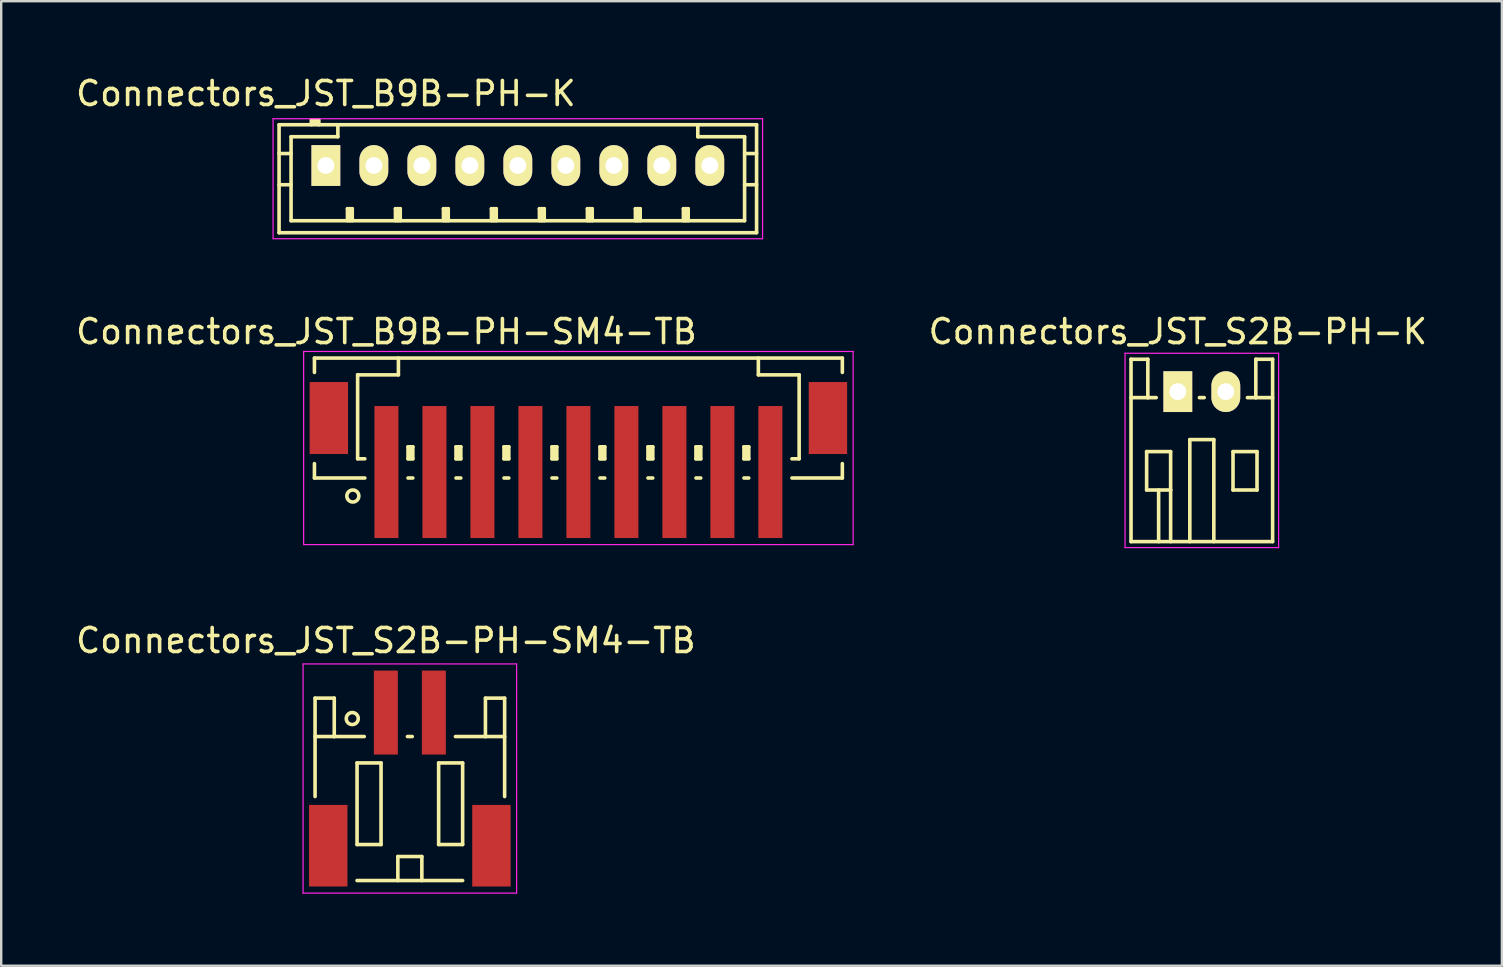
<source format=kicad_pcb>
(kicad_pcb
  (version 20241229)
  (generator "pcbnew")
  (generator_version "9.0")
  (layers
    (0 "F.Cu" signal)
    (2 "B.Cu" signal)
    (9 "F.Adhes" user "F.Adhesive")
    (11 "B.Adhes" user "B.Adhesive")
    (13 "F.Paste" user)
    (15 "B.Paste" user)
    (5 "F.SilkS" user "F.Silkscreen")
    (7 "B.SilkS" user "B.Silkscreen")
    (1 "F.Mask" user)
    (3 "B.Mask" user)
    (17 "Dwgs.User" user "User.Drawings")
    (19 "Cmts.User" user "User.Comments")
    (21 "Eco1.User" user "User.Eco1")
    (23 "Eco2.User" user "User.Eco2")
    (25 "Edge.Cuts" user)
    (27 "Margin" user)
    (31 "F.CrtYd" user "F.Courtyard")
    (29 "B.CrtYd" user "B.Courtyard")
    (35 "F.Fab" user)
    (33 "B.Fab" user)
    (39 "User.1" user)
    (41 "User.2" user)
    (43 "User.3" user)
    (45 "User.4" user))
  (footprint "Connectors_JST_B9B-PH-K"
    (layer "F.Cu")
    (at 10.53 3.848)
    (property "Reference" "Connectors_JST_B9B-PH-K" (at 0 -3 0) (layer "F.SilkS") (effects (font (size 1 1) (thickness 0.15))))
    (attr through_hole)
    (fp_line (start -1.95 -1.7) (end 17.95 -1.7) (stroke (width 0.15) (type solid)) (layer "F.SilkS"))
    (fp_line (start -1.95 -0.5) (end -1.45 -0.5) (stroke (width 0.15) (type solid)) (layer "F.SilkS"))
    (fp_line (start -1.95 0.8) (end -1.45 0.8) (stroke (width 0.15) (type solid)) (layer "F.SilkS"))
    (fp_line (start -1.95 2.8) (end -1.95 -1.7) (stroke (width 0.15) (type solid)) (layer "F.SilkS"))
    (fp_line (start -1.45 -1.2) (end -1.45 2.3) (stroke (width 0.15) (type solid)) (layer "F.SilkS"))
    (fp_line (start -1.45 2.3) (end 17.45 2.3) (stroke (width 0.15) (type solid)) (layer "F.SilkS"))
    (fp_line (start -0.6 -1.9) (end -0.6 -1.7) (stroke (width 0.15) (type solid)) (layer "F.SilkS"))
    (fp_line (start -0.3 -1.9) (end -0.6 -1.9) (stroke (width 0.15) (type solid)) (layer "F.SilkS"))
    (fp_line (start -0.3 -1.8) (end -0.6 -1.8) (stroke (width 0.15) (type solid)) (layer "F.SilkS"))
    (fp_line (start -0.3 -1.7) (end -0.3 -1.9) (stroke (width 0.15) (type solid)) (layer "F.SilkS"))
    (fp_line (start 0.5 -1.7) (end 0.5 -1.2) (stroke (width 0.15) (type solid)) (layer "F.SilkS"))
    (fp_line (start 0.5 -1.2) (end -1.45 -1.2) (stroke (width 0.15) (type solid)) (layer "F.SilkS"))
    (fp_line (start 0.9 1.8) (end 1.1 1.8) (stroke (width 0.15) (type solid)) (layer "F.SilkS"))
    (fp_line (start 0.9 2.3) (end 0.9 1.8) (stroke (width 0.15) (type solid)) (layer "F.SilkS"))
    (fp_line (start 1 2.3) (end 1 1.8) (stroke (width 0.15) (type solid)) (layer "F.SilkS"))
    (fp_line (start 1.1 1.8) (end 1.1 2.3) (stroke (width 0.15) (type solid)) (layer "F.SilkS"))
    (fp_line (start 2.9 1.8) (end 3.1 1.8) (stroke (width 0.15) (type solid)) (layer "F.SilkS"))
    (fp_line (start 2.9 2.3) (end 2.9 1.8) (stroke (width 0.15) (type solid)) (layer "F.SilkS"))
    (fp_line (start 3 2.3) (end 3 1.8) (stroke (width 0.15) (type solid)) (layer "F.SilkS"))
    (fp_line (start 3.1 1.8) (end 3.1 2.3) (stroke (width 0.15) (type solid)) (layer "F.SilkS"))
    (fp_line (start 4.9 1.8) (end 5.1 1.8) (stroke (width 0.15) (type solid)) (layer "F.SilkS"))
    (fp_line (start 4.9 2.3) (end 4.9 1.8) (stroke (width 0.15) (type solid)) (layer "F.SilkS"))
    (fp_line (start 5 2.3) (end 5 1.8) (stroke (width 0.15) (type solid)) (layer "F.SilkS"))
    (fp_line (start 5.1 1.8) (end 5.1 2.3) (stroke (width 0.15) (type solid)) (layer "F.SilkS"))
    (fp_line (start 6.9 1.8) (end 7.1 1.8) (stroke (width 0.15) (type solid)) (layer "F.SilkS"))
    (fp_line (start 6.9 2.3) (end 6.9 1.8) (stroke (width 0.15) (type solid)) (layer "F.SilkS"))
    (fp_line (start 7 2.3) (end 7 1.8) (stroke (width 0.15) (type solid)) (layer "F.SilkS"))
    (fp_line (start 7.1 1.8) (end 7.1 2.3) (stroke (width 0.15) (type solid)) (layer "F.SilkS"))
    (fp_line (start 8.9 1.8) (end 9.1 1.8) (stroke (width 0.15) (type solid)) (layer "F.SilkS"))
    (fp_line (start 8.9 2.3) (end 8.9 1.8) (stroke (width 0.15) (type solid)) (layer "F.SilkS"))
    (fp_line (start 9 2.3) (end 9 1.8) (stroke (width 0.15) (type solid)) (layer "F.SilkS"))
    (fp_line (start 9.1 1.8) (end 9.1 2.3) (stroke (width 0.15) (type solid)) (layer "F.SilkS"))
    (fp_line (start 10.9 1.8) (end 11.1 1.8) (stroke (width 0.15) (type solid)) (layer "F.SilkS"))
    (fp_line (start 10.9 2.3) (end 10.9 1.8) (stroke (width 0.15) (type solid)) (layer "F.SilkS"))
    (fp_line (start 11 2.3) (end 11 1.8) (stroke (width 0.15) (type solid)) (layer "F.SilkS"))
    (fp_line (start 11.1 1.8) (end 11.1 2.3) (stroke (width 0.15) (type solid)) (layer "F.SilkS"))
    (fp_line (start 12.9 1.8) (end 13.1 1.8) (stroke (width 0.15) (type solid)) (layer "F.SilkS"))
    (fp_line (start 12.9 2.3) (end 12.9 1.8) (stroke (width 0.15) (type solid)) (layer "F.SilkS"))
    (fp_line (start 13 2.3) (end 13 1.8) (stroke (width 0.15) (type solid)) (layer "F.SilkS"))
    (fp_line (start 13.1 1.8) (end 13.1 2.3) (stroke (width 0.15) (type solid)) (layer "F.SilkS"))
    (fp_line (start 14.9 1.8) (end 15.1 1.8) (stroke (width 0.15) (type solid)) (layer "F.SilkS"))
    (fp_line (start 14.9 2.3) (end 14.9 1.8) (stroke (width 0.15) (type solid)) (layer "F.SilkS"))
    (fp_line (start 15 2.3) (end 15 1.8) (stroke (width 0.15) (type solid)) (layer "F.SilkS"))
    (fp_line (start 15.1 1.8) (end 15.1 2.3) (stroke (width 0.15) (type solid)) (layer "F.SilkS"))
    (fp_line (start 15.5 -1.2) (end 15.5 -1.7) (stroke (width 0.15) (type solid)) (layer "F.SilkS"))
    (fp_line (start 17.45 -1.2) (end 15.5 -1.2) (stroke (width 0.15) (type solid)) (layer "F.SilkS"))
    (fp_line (start 17.45 -0.5) (end 17.95 -0.5) (stroke (width 0.15) (type solid)) (layer "F.SilkS"))
    (fp_line (start 17.45 0.8) (end 17.95 0.8) (stroke (width 0.15) (type solid)) (layer "F.SilkS"))
    (fp_line (start 17.45 2.3) (end 17.45 -1.2) (stroke (width 0.15) (type solid)) (layer "F.SilkS"))
    (fp_line (start 17.95 -1.7) (end 17.95 2.8) (stroke (width 0.15) (type solid)) (layer "F.SilkS"))
    (fp_line (start 17.95 2.8) (end -1.95 2.8) (stroke (width 0.15) (type solid)) (layer "F.SilkS"))
    (fp_line (start -2.2 -1.95) (end 18.2 -1.95) (stroke (width 0.05) (type solid)) (layer "F.CrtYd"))
    (fp_line (start -2.2 3.05) (end -2.2 -1.95) (stroke (width 0.05) (type solid)) (layer "F.CrtYd"))
    (fp_line (start 18.2 -1.95) (end 18.2 3.05) (stroke (width 0.05) (type solid)) (layer "F.CrtYd"))
    (fp_line (start 18.2 3.05) (end -2.2 3.05) (stroke (width 0.05) (type solid)) (layer "F.CrtYd"))
    (pad "1" thru_hole rect (at 0 0) (size 1.2 1.7) (drill 0.7) (layers "*.Cu" "*.Mask" "F.SilkS"))
    (pad "2" thru_hole oval (at 2 0) (size 1.2 1.7) (drill 0.7) (layers "*.Cu" "*.Mask" "F.SilkS"))
    (pad "3" thru_hole oval (at 4 0) (size 1.2 1.7) (drill 0.7) (layers "*.Cu" "*.Mask" "F.SilkS"))
    (pad "4" thru_hole oval (at 6 0) (size 1.2 1.7) (drill 0.7) (layers "*.Cu" "*.Mask" "F.SilkS"))
    (pad "5" thru_hole oval (at 8 0) (size 1.2 1.7) (drill 0.7) (layers "*.Cu" "*.Mask" "F.SilkS"))
    (pad "6" thru_hole oval (at 10 0) (size 1.2 1.7) (drill 0.7) (layers "*.Cu" "*.Mask" "F.SilkS"))
    (pad "7" thru_hole oval (at 12 0) (size 1.2 1.7) (drill 0.7) (layers "*.Cu" "*.Mask" "F.SilkS"))
    (pad "8" thru_hole oval (at 14 0) (size 1.2 1.7) (drill 0.7) (layers "*.Cu" "*.Mask" "F.SilkS"))
    (pad "9" thru_hole oval (at 16 0) (size 1.2 1.7) (drill 0.7) (layers "*.Cu" "*.Mask" "F.SilkS")))
  (footprint "Connectors_JST_B9B-PH-SM4-TB"
    (layer "F.Cu")
    (at 21.054 15.496)
    (property "Reference" "Connectors_JST_B9B-PH-SM4-TB" (at -8 -4.725 0) (layer "F.SilkS") (effects (font (size 1 1) (thickness 0.15))))
    (attr smd)
    (fp_line (start -11 -3.625) (end 11 -3.625) (stroke (width 0.15) (type solid)) (layer "F.SilkS"))
    (fp_line (start -11 -3.025) (end -11 -3.625) (stroke (width 0.15) (type solid)) (layer "F.SilkS"))
    (fp_line (start -11 0.775) (end -11 1.375) (stroke (width 0.15) (type solid)) (layer "F.SilkS"))
    (fp_line (start -11 1.375) (end -8.9 1.375) (stroke (width 0.15) (type solid)) (layer "F.SilkS"))
    (fp_line (start -9.2 -2.925) (end -9.2 0.575) (stroke (width 0.15) (type solid)) (layer "F.SilkS"))
    (fp_line (start -9.2 0.575) (end -8.9 0.575) (stroke (width 0.15) (type solid)) (layer "F.SilkS"))
    (fp_line (start -7.5 -3.625) (end -7.5 -2.925) (stroke (width 0.15) (type solid)) (layer "F.SilkS"))
    (fp_line (start -7.5 -2.925) (end -9.2 -2.925) (stroke (width 0.15) (type solid)) (layer "F.SilkS"))
    (fp_line (start -7.1 0.075) (end -6.9 0.075) (stroke (width 0.15) (type solid)) (layer "F.SilkS"))
    (fp_line (start -7.1 0.575) (end -7.1 0.075) (stroke (width 0.15) (type solid)) (layer "F.SilkS"))
    (fp_line (start -7.1 0.575) (end -6.9 0.575) (stroke (width 0.15) (type solid)) (layer "F.SilkS"))
    (fp_line (start -7.1 1.375) (end -6.9 1.375) (stroke (width 0.15) (type solid)) (layer "F.SilkS"))
    (fp_line (start -7 0.575) (end -7 0.075) (stroke (width 0.15) (type solid)) (layer "F.SilkS"))
    (fp_line (start -6.9 0.075) (end -6.9 0.575) (stroke (width 0.15) (type solid)) (layer "F.SilkS"))
    (fp_line (start -5.1 0.075) (end -4.9 0.075) (stroke (width 0.15) (type solid)) (layer "F.SilkS"))
    (fp_line (start -5.1 0.575) (end -5.1 0.075) (stroke (width 0.15) (type solid)) (layer "F.SilkS"))
    (fp_line (start -5.1 0.575) (end -4.9 0.575) (stroke (width 0.15) (type solid)) (layer "F.SilkS"))
    (fp_line (start -5.1 1.375) (end -4.9 1.375) (stroke (width 0.15) (type solid)) (layer "F.SilkS"))
    (fp_line (start -5 0.575) (end -5 0.075) (stroke (width 0.15) (type solid)) (layer "F.SilkS"))
    (fp_line (start -4.9 0.075) (end -4.9 0.575) (stroke (width 0.15) (type solid)) (layer "F.SilkS"))
    (fp_line (start -3.1 0.075) (end -2.9 0.075) (stroke (width 0.15) (type solid)) (layer "F.SilkS"))
    (fp_line (start -3.1 0.575) (end -3.1 0.075) (stroke (width 0.15) (type solid)) (layer "F.SilkS"))
    (fp_line (start -3.1 0.575) (end -2.9 0.575) (stroke (width 0.15) (type solid)) (layer "F.SilkS"))
    (fp_line (start -3.1 1.375) (end -2.9 1.375) (stroke (width 0.15) (type solid)) (layer "F.SilkS"))
    (fp_line (start -3 0.575) (end -3 0.075) (stroke (width 0.15) (type solid)) (layer "F.SilkS"))
    (fp_line (start -2.9 0.075) (end -2.9 0.575) (stroke (width 0.15) (type solid)) (layer "F.SilkS"))
    (fp_line (start -1.1 0.075) (end -0.9 0.075) (stroke (width 0.15) (type solid)) (layer "F.SilkS"))
    (fp_line (start -1.1 0.575) (end -1.1 0.075) (stroke (width 0.15) (type solid)) (layer "F.SilkS"))
    (fp_line (start -1.1 0.575) (end -0.9 0.575) (stroke (width 0.15) (type solid)) (layer "F.SilkS"))
    (fp_line (start -1.1 1.375) (end -0.9 1.375) (stroke (width 0.15) (type solid)) (layer "F.SilkS"))
    (fp_line (start -1 0.575) (end -1 0.075) (stroke (width 0.15) (type solid)) (layer "F.SilkS"))
    (fp_line (start -0.9 0.075) (end -0.9 0.575) (stroke (width 0.15) (type solid)) (layer "F.SilkS"))
    (fp_line (start 0.9 0.075) (end 1.1 0.075) (stroke (width 0.15) (type solid)) (layer "F.SilkS"))
    (fp_line (start 0.9 0.575) (end 0.9 0.075) (stroke (width 0.15) (type solid)) (layer "F.SilkS"))
    (fp_line (start 0.9 0.575) (end 1.1 0.575) (stroke (width 0.15) (type solid)) (layer "F.SilkS"))
    (fp_line (start 0.9 1.375) (end 1.1 1.375) (stroke (width 0.15) (type solid)) (layer "F.SilkS"))
    (fp_line (start 1 0.575) (end 1 0.075) (stroke (width 0.15) (type solid)) (layer "F.SilkS"))
    (fp_line (start 1.1 0.075) (end 1.1 0.575) (stroke (width 0.15) (type solid)) (layer "F.SilkS"))
    (fp_line (start 2.9 0.075) (end 3.1 0.075) (stroke (width 0.15) (type solid)) (layer "F.SilkS"))
    (fp_line (start 2.9 0.575) (end 2.9 0.075) (stroke (width 0.15) (type solid)) (layer "F.SilkS"))
    (fp_line (start 2.9 0.575) (end 3.1 0.575) (stroke (width 0.15) (type solid)) (layer "F.SilkS"))
    (fp_line (start 2.9 1.375) (end 3.1 1.375) (stroke (width 0.15) (type solid)) (layer "F.SilkS"))
    (fp_line (start 3 0.575) (end 3 0.075) (stroke (width 0.15) (type solid)) (layer "F.SilkS"))
    (fp_line (start 3.1 0.075) (end 3.1 0.575) (stroke (width 0.15) (type solid)) (layer "F.SilkS"))
    (fp_line (start 4.9 0.075) (end 5.1 0.075) (stroke (width 0.15) (type solid)) (layer "F.SilkS"))
    (fp_line (start 4.9 0.575) (end 4.9 0.075) (stroke (width 0.15) (type solid)) (layer "F.SilkS"))
    (fp_line (start 4.9 0.575) (end 5.1 0.575) (stroke (width 0.15) (type solid)) (layer "F.SilkS"))
    (fp_line (start 4.9 1.375) (end 5.1 1.375) (stroke (width 0.15) (type solid)) (layer "F.SilkS"))
    (fp_line (start 5 0.575) (end 5 0.075) (stroke (width 0.15) (type solid)) (layer "F.SilkS"))
    (fp_line (start 5.1 0.075) (end 5.1 0.575) (stroke (width 0.15) (type solid)) (layer "F.SilkS"))
    (fp_line (start 6.9 0.075) (end 7.1 0.075) (stroke (width 0.15) (type solid)) (layer "F.SilkS"))
    (fp_line (start 6.9 0.575) (end 6.9 0.075) (stroke (width 0.15) (type solid)) (layer "F.SilkS"))
    (fp_line (start 6.9 0.575) (end 7.1 0.575) (stroke (width 0.15) (type solid)) (layer "F.SilkS"))
    (fp_line (start 6.9 1.375) (end 7.1 1.375) (stroke (width 0.15) (type solid)) (layer "F.SilkS"))
    (fp_line (start 7 0.575) (end 7 0.075) (stroke (width 0.15) (type solid)) (layer "F.SilkS"))
    (fp_line (start 7.1 0.075) (end 7.1 0.575) (stroke (width 0.15) (type solid)) (layer "F.SilkS"))
    (fp_line (start 7.5 -3.625) (end 7.5 -2.925) (stroke (width 0.15) (type solid)) (layer "F.SilkS"))
    (fp_line (start 7.5 -2.925) (end 9.2 -2.925) (stroke (width 0.15) (type solid)) (layer "F.SilkS"))
    (fp_line (start 9.2 -2.925) (end 9.2 0.575) (stroke (width 0.15) (type solid)) (layer "F.SilkS"))
    (fp_line (start 9.2 0.575) (end 8.9 0.575) (stroke (width 0.15) (type solid)) (layer "F.SilkS"))
    (fp_line (start 11 -3.625) (end 11 -3.025) (stroke (width 0.15) (type solid)) (layer "F.SilkS"))
    (fp_line (start 11 0.775) (end 11 1.375) (stroke (width 0.15) (type solid)) (layer "F.SilkS"))
    (fp_line (start 11 1.375) (end 8.9 1.375) (stroke (width 0.15) (type solid)) (layer "F.SilkS"))
    (fp_circle (center -9.4 2.125) (end -9.15 2.125) (stroke (width 0.15) (type solid)) (fill no) (layer "F.SilkS"))
    (fp_line (start -11.45 -3.9) (end 11.45 -3.9) (stroke (width 0.05) (type solid)) (layer "F.CrtYd"))
    (fp_line (start -11.45 4.15) (end -11.45 -3.9) (stroke (width 0.05) (type solid)) (layer "F.CrtYd"))
    (fp_line (start 11.45 -3.9) (end 11.45 4.15) (stroke (width 0.05) (type solid)) (layer "F.CrtYd"))
    (fp_line (start 11.45 4.15) (end -11.45 4.15) (stroke (width 0.05) (type solid)) (layer "F.CrtYd"))
    (pad "" smd rect (at -10.4 -1.125) (size 1.6 3) (layers "F.Cu" "F.Mask" "F.Paste"))
    (pad "" smd rect (at 10.4 -1.125) (size 1.6 3) (layers "F.Cu" "F.Mask" "F.Paste"))
    (pad "1" smd rect (at -8 1.125) (size 1 5.5) (layers "F.Cu" "F.Mask" "F.Paste"))
    (pad "2" smd rect (at -6 1.125) (size 1 5.5) (layers "F.Cu" "F.Mask" "F.Paste"))
    (pad "3" smd rect (at -4 1.125) (size 1 5.5) (layers "F.Cu" "F.Mask" "F.Paste"))
    (pad "4" smd rect (at -2 1.125) (size 1 5.5) (layers "F.Cu" "F.Mask" "F.Paste"))
    (pad "5" smd rect (at 0 1.125) (size 1 5.5) (layers "F.Cu" "F.Mask" "F.Paste"))
    (pad "6" smd rect (at 2 1.125) (size 1 5.5) (layers "F.Cu" "F.Mask" "F.Paste"))
    (pad "7" smd rect (at 4 1.125) (size 1 5.5) (layers "F.Cu" "F.Mask" "F.Paste"))
    (pad "8" smd rect (at 6 1.125) (size 1 5.5) (layers "F.Cu" "F.Mask" "F.Paste"))
    (pad "9" smd rect (at 8 1.125) (size 1 5.5) (layers "F.Cu" "F.Mask" "F.Paste")))
  (footprint "Connectors_JST_S2B-PH-K"
    (layer "F.Cu")
    (at 46.035 13.271)
    (property "Reference" "Connectors_JST_S2B-PH-K" (at 0 -2.5 0) (layer "F.SilkS") (effects (font (size 1 1) (thickness 0.15))))
    (attr through_hole)
    (fp_line (start -1.95 -1.35) (end -1.95 6.25) (stroke (width 0.15) (type solid)) (layer "F.SilkS"))
    (fp_line (start -1.95 0.25) (end -1.25 0.25) (stroke (width 0.15) (type solid)) (layer "F.SilkS"))
    (fp_line (start -1.95 6.25) (end 3.95 6.25) (stroke (width 0.15) (type solid)) (layer "F.SilkS"))
    (fp_line (start -1.3 2.5) (end -1.3 4.1) (stroke (width 0.15) (type solid)) (layer "F.SilkS"))
    (fp_line (start -1.3 4.1) (end -0.3 4.1) (stroke (width 0.15) (type solid)) (layer "F.SilkS"))
    (fp_line (start -1.25 -1.35) (end -1.95 -1.35) (stroke (width 0.15) (type solid)) (layer "F.SilkS"))
    (fp_line (start -1.25 0.25) (end -1.25 -1.35) (stroke (width 0.15) (type solid)) (layer "F.SilkS"))
    (fp_line (start -0.9 0.25) (end -1.25 0.25) (stroke (width 0.15) (type solid)) (layer "F.SilkS"))
    (fp_line (start -0.8 4.1) (end -0.8 6.25) (stroke (width 0.15) (type solid)) (layer "F.SilkS"))
    (fp_line (start -0.3 2.5) (end -1.3 2.5) (stroke (width 0.15) (type solid)) (layer "F.SilkS"))
    (fp_line (start -0.3 4.1) (end -0.3 2.5) (stroke (width 0.15) (type solid)) (layer "F.SilkS"))
    (fp_line (start -0.3 4.1) (end -0.3 6.25) (stroke (width 0.15) (type solid)) (layer "F.SilkS"))
    (fp_line (start 0.5 2) (end 1.5 2) (stroke (width 0.15) (type solid)) (layer "F.SilkS"))
    (fp_line (start 0.5 6.25) (end 0.5 2) (stroke (width 0.15) (type solid)) (layer "F.SilkS"))
    (fp_line (start 0.9 0.25) (end 1.1 0.25) (stroke (width 0.15) (type solid)) (layer "F.SilkS"))
    (fp_line (start 1.5 2) (end 1.5 6.25) (stroke (width 0.15) (type solid)) (layer "F.SilkS"))
    (fp_line (start 2.3 2.5) (end 3.3 2.5) (stroke (width 0.15) (type solid)) (layer "F.SilkS"))
    (fp_line (start 2.3 4.1) (end 2.3 2.5) (stroke (width 0.15) (type solid)) (layer "F.SilkS"))
    (fp_line (start 3.25 -1.35) (end 3.25 0.25) (stroke (width 0.15) (type solid)) (layer "F.SilkS"))
    (fp_line (start 3.25 0.25) (end 2.9 0.25) (stroke (width 0.15) (type solid)) (layer "F.SilkS"))
    (fp_line (start 3.3 2.5) (end 3.3 4.1) (stroke (width 0.15) (type solid)) (layer "F.SilkS"))
    (fp_line (start 3.3 4.1) (end 2.3 4.1) (stroke (width 0.15) (type solid)) (layer "F.SilkS"))
    (fp_line (start 3.95 -1.35) (end 3.25 -1.35) (stroke (width 0.15) (type solid)) (layer "F.SilkS"))
    (fp_line (start 3.95 0.25) (end 3.25 0.25) (stroke (width 0.15) (type solid)) (layer "F.SilkS"))
    (fp_line (start 3.95 6.25) (end 3.95 -1.35) (stroke (width 0.15) (type solid)) (layer "F.SilkS"))
    (fp_line (start -2.2 -1.6) (end 4.2 -1.6) (stroke (width 0.05) (type solid)) (layer "F.CrtYd"))
    (fp_line (start -2.2 6.5) (end -2.2 -1.6) (stroke (width 0.05) (type solid)) (layer "F.CrtYd"))
    (fp_line (start 4.2 -1.6) (end 4.2 6.5) (stroke (width 0.05) (type solid)) (layer "F.CrtYd"))
    (fp_line (start 4.2 6.5) (end -2.2 6.5) (stroke (width 0.05) (type solid)) (layer "F.CrtYd"))
    (pad "1" thru_hole rect (at 0 0) (size 1.2 1.7) (drill 0.7) (layers "*.Cu" "*.Mask" "F.SilkS"))
    (pad "2" thru_hole oval (at 2 0) (size 1.2 1.7) (drill 0.7) (layers "*.Cu" "*.Mask" "F.SilkS")))
  (footprint "Connectors_JST_S2B-PH-SM4-TB"
    (layer "F.Cu")
    (at 14.03 29.42)
    (property "Reference" "Connectors_JST_S2B-PH-SM4-TB" (at -1 -5.775 0) (layer "F.SilkS") (effects (font (size 1 1) (thickness 0.15))))
    (attr smd)
    (fp_line (start -3.95 -3.375) (end -3.95 0.725) (stroke (width 0.15) (type solid)) (layer "F.SilkS"))
    (fp_line (start -3.15 -3.375) (end -3.95 -3.375) (stroke (width 0.15) (type solid)) (layer "F.SilkS"))
    (fp_line (start -3.15 -1.775) (end -3.95 -1.775) (stroke (width 0.15) (type solid)) (layer "F.SilkS"))
    (fp_line (start -3.15 -1.775) (end -3.15 -3.375) (stroke (width 0.15) (type solid)) (layer "F.SilkS"))
    (fp_line (start -2.2 -0.675) (end -2.2 2.725) (stroke (width 0.15) (type solid)) (layer "F.SilkS"))
    (fp_line (start -2.2 2.725) (end -1.2 2.725) (stroke (width 0.15) (type solid)) (layer "F.SilkS"))
    (fp_line (start -2.2 4.225) (end 2.2 4.225) (stroke (width 0.15) (type solid)) (layer "F.SilkS"))
    (fp_line (start -1.9 -1.775) (end -3.15 -1.775) (stroke (width 0.15) (type solid)) (layer "F.SilkS"))
    (fp_line (start -1.2 -0.675) (end -2.2 -0.675) (stroke (width 0.15) (type solid)) (layer "F.SilkS"))
    (fp_line (start -1.2 2.725) (end -1.2 -0.675) (stroke (width 0.15) (type solid)) (layer "F.SilkS"))
    (fp_line (start -0.5 3.225) (end 0.5 3.225) (stroke (width 0.15) (type solid)) (layer "F.SilkS"))
    (fp_line (start -0.5 4.225) (end -0.5 3.225) (stroke (width 0.15) (type solid)) (layer "F.SilkS"))
    (fp_line (start -0.1 -1.775) (end 0.1 -1.775) (stroke (width 0.15) (type solid)) (layer "F.SilkS"))
    (fp_line (start 0.5 3.225) (end 0.5 4.225) (stroke (width 0.15) (type solid)) (layer "F.SilkS"))
    (fp_line (start 1.2 -0.675) (end 2.2 -0.675) (stroke (width 0.15) (type solid)) (layer "F.SilkS"))
    (fp_line (start 1.2 2.725) (end 1.2 -0.675) (stroke (width 0.15) (type solid)) (layer "F.SilkS"))
    (fp_line (start 1.9 -1.775) (end 3.15 -1.775) (stroke (width 0.15) (type solid)) (layer "F.SilkS"))
    (fp_line (start 2.2 -0.675) (end 2.2 2.725) (stroke (width 0.15) (type solid)) (layer "F.SilkS"))
    (fp_line (start 2.2 2.725) (end 1.2 2.725) (stroke (width 0.15) (type solid)) (layer "F.SilkS"))
    (fp_line (start 3.15 -3.375) (end 3.95 -3.375) (stroke (width 0.15) (type solid)) (layer "F.SilkS"))
    (fp_line (start 3.15 -1.775) (end 3.15 -3.375) (stroke (width 0.15) (type solid)) (layer "F.SilkS"))
    (fp_line (start 3.15 -1.775) (end 3.95 -1.775) (stroke (width 0.15) (type solid)) (layer "F.SilkS"))
    (fp_line (start 3.95 -3.375) (end 3.95 0.725) (stroke (width 0.15) (type solid)) (layer "F.SilkS"))
    (fp_circle (center -2.4 -2.525) (end -2.15 -2.525) (stroke (width 0.15) (type solid)) (fill no) (layer "F.SilkS"))
    (fp_line (start -4.45 -4.8) (end 4.45 -4.8) (stroke (width 0.05) (type solid)) (layer "F.CrtYd"))
    (fp_line (start -4.45 4.75) (end -4.45 -4.8) (stroke (width 0.05) (type solid)) (layer "F.CrtYd"))
    (fp_line (start 4.45 -4.8) (end 4.45 4.75) (stroke (width 0.05) (type solid)) (layer "F.CrtYd"))
    (fp_line (start 4.45 4.75) (end -4.45 4.75) (stroke (width 0.05) (type solid)) (layer "F.CrtYd"))
    (pad "" smd rect (at -3.4 2.775) (size 1.6 3.4) (layers "F.Cu" "F.Mask" "F.Paste"))
    (pad "" smd rect (at 3.4 2.775) (size 1.6 3.4) (layers "F.Cu" "F.Mask" "F.Paste"))
    (pad "1" smd rect (at -1 -2.775) (size 1 3.5) (layers "F.Cu" "F.Mask" "F.Paste"))
    (pad "2" smd rect (at 1 -2.775) (size 1 3.5) (layers "F.Cu" "F.Mask" "F.Paste")))
  (gr_rect
    (start -3 -3)
    (end 59.54 37.195)
    (stroke (width 0.1) (type default))
    (fill no)
    (layer "Edge.Cuts")))
</source>
